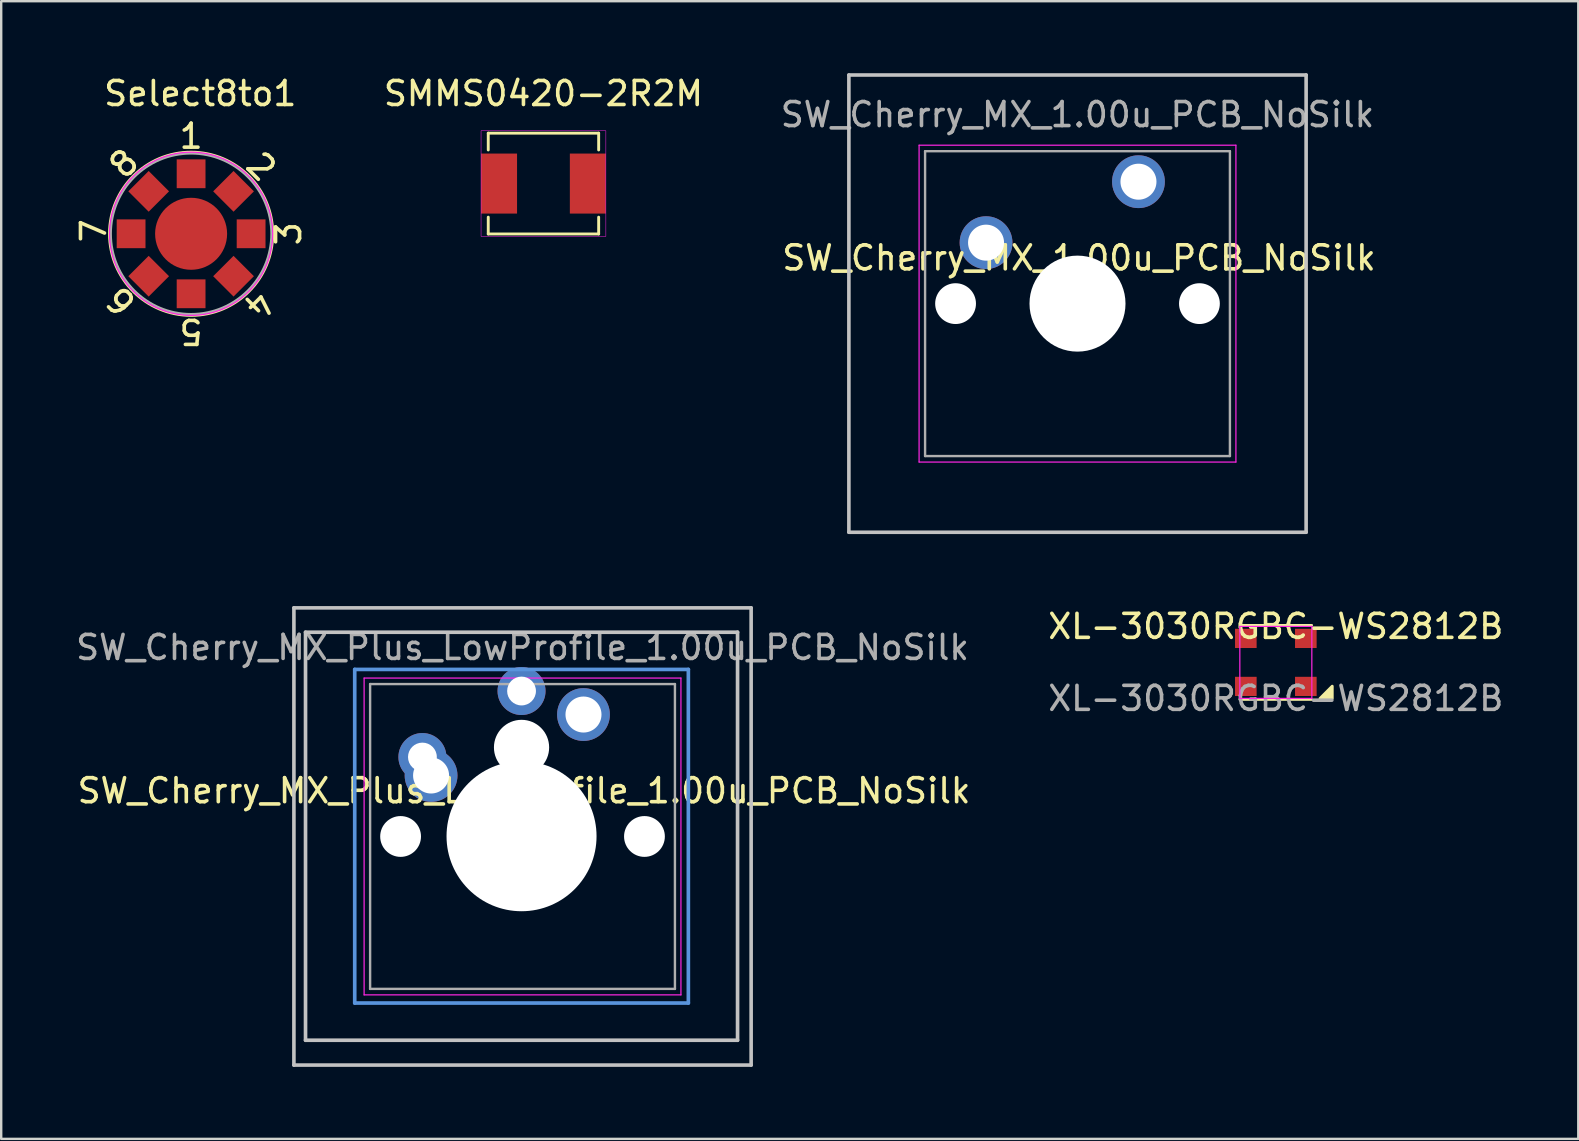
<source format=kicad_pcb>
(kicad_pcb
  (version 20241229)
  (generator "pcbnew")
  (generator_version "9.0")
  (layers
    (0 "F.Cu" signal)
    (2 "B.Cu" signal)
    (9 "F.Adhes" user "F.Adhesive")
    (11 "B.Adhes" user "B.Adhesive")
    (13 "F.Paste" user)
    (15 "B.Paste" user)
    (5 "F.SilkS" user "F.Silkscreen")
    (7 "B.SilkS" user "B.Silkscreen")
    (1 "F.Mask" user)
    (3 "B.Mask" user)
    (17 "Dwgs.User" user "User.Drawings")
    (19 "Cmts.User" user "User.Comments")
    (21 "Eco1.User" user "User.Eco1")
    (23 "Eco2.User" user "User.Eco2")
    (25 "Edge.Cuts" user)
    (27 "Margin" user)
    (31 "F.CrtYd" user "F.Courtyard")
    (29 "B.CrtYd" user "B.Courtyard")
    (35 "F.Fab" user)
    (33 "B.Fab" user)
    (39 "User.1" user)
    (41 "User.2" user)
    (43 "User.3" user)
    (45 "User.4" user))
  (footprint "Select8to1"
    (layer "F.Cu")
    (at 4.912 6.69)
    (property "Reference" "Select8to1" (at 0.381 -5.842 0) (layer "F.SilkS") (effects (font (size 1 1) (thickness 0.15))))
    (attr through_hole)
    (fp_circle (center 0 0) (end 3.4 0) (stroke (width 0.12) (type solid)) (fill no) (layer "F.SilkS"))
    (fp_circle (center 0 0) (end 3.4 0) (stroke (width 0.05) (type solid)) (fill no) (layer "F.CrtYd"))
    (fp_circle (center 0 0) (end 3.35 0) (stroke (width 0.1) (type solid)) (fill no) (layer "F.Fab"))
    (fp_text user "1" (at 0 -4.064 0) (layer "F.SilkS") (effects (font (size 1 1) (thickness 0.15))))
    (fp_text user "2" (at 2.921 -2.794 315) (layer "F.SilkS") (effects (font (size 1 1) (thickness 0.15))))
    (fp_text user "6" (at -2.921 2.794 135) (unlocked yes) (layer "F.SilkS") (effects (font (size 1 1) (thickness 0.15))))
    (fp_text user "5" (at 0 4.064 180) (unlocked yes) (layer "F.SilkS") (effects (font (size 1 1) (thickness 0.15))))
    (fp_text user "3" (at 4.064 0 270) (layer "F.SilkS") (effects (font (size 1 1) (thickness 0.15))))
    (fp_text user "4" (at 2.794 2.921 225) (unlocked yes) (layer "F.SilkS") (effects (font (size 1 1) (thickness 0.15))))
    (fp_text user "7" (at -4.064 -0.127 90) (layer "F.SilkS") (effects (font (size 1 1) (thickness 0.15))))
    (fp_text user "8" (at -2.794 -2.921 225) (layer "F.SilkS") (effects (font (size 1 1) (thickness 0.15))))
    (pad "1" smd rect (at 0 -2.5) (size 1.2 1.2) (layers "F.Cu" "F.Mask" "F.Paste"))
    (pad "2" smd rect (at 1.768 -1.768 315) (size 1.2 1.2) (layers "F.Cu" "F.Mask" "F.Paste"))
    (pad "3" smd rect (at 2.5 0 270) (size 1.2 1.2) (layers "F.Cu" "F.Mask" "F.Paste"))
    (pad "4" smd rect (at 1.768 1.768 225) (size 1.2 1.2) (layers "F.Cu" "F.Mask" "F.Paste"))
    (pad "5" smd rect (at 0 2.5 180) (size 1.2 1.2) (layers "F.Cu" "F.Mask" "F.Paste"))
    (pad "6" smd rect (at -1.768 1.768 135) (size 1.2 1.2) (layers "F.Cu" "F.Mask" "F.Paste"))
    (pad "7" smd rect (at -2.5 0 90) (size 1.2 1.2) (layers "F.Cu" "F.Mask" "F.Paste"))
    (pad "8" smd rect (at -1.768 -1.768 45) (size 1.2 1.2) (layers "F.Cu" "F.Mask" "F.Paste"))
    (pad "9" smd circle (at 0 0) (size 3 3) (layers "F.Cu" "F.Mask" "F.Paste")))
  (footprint "SW_Cherry_MX_1.00u_PCB_NoSilk"
    (layer "F.Cu")
    (at 44.382 4.52)
    (property "Reference" "SW_Cherry_MX_1.00u_PCB_NoSilk" (at -2.477 3.175 0) (layer "F.SilkS") (effects (font (size 1 1) (thickness 0.15))))
    (attr through_hole)
    (fp_line (start -12.065 -4.445) (end 6.985 -4.445) (stroke (width 0.15) (type solid)) (layer "Dwgs.User"))
    (fp_line (start -12.065 14.605) (end -12.065 -4.445) (stroke (width 0.15) (type solid)) (layer "Dwgs.User"))
    (fp_line (start 6.985 -4.445) (end 6.985 14.605) (stroke (width 0.15) (type solid)) (layer "Dwgs.User"))
    (fp_line (start 6.985 14.605) (end -12.065 14.605) (stroke (width 0.15) (type solid)) (layer "Dwgs.User"))
    (fp_line (start -9.14 -1.52) (end 4.06 -1.52) (stroke (width 0.05) (type solid)) (layer "F.CrtYd"))
    (fp_line (start -9.14 11.68) (end -9.14 -1.52) (stroke (width 0.05) (type solid)) (layer "F.CrtYd"))
    (fp_line (start 4.06 -1.52) (end 4.06 11.68) (stroke (width 0.05) (type solid)) (layer "F.CrtYd"))
    (fp_line (start 4.06 11.68) (end -9.14 11.68) (stroke (width 0.05) (type solid)) (layer "F.CrtYd"))
    (fp_line (start -8.89 -1.27) (end 3.81 -1.27) (stroke (width 0.1) (type solid)) (layer "F.Fab"))
    (fp_line (start -8.89 11.43) (end -8.89 -1.27) (stroke (width 0.1) (type solid)) (layer "F.Fab"))
    (fp_line (start 3.81 -1.27) (end 3.81 11.43) (stroke (width 0.1) (type solid)) (layer "F.Fab"))
    (fp_line (start 3.81 11.43) (end -8.89 11.43) (stroke (width 0.1) (type solid)) (layer "F.Fab"))
    (fp_text user "${REFERENCE}" (at -2.54 -2.794 0) (layer "F.Fab") (effects (font (size 1 1) (thickness 0.15))))
    (pad "" np_thru_hole circle (at -7.62 5.08) (size 1.7 1.7) (drill 1.7) (layers "*.Cu" "*.Mask"))
    (pad "" np_thru_hole circle (at -2.54 5.08) (size 4 4) (drill 4) (layers "*.Cu" "*.Mask"))
    (pad "" np_thru_hole circle (at 2.54 5.08) (size 1.7 1.7) (drill 1.7) (layers "*.Cu" "*.Mask"))
    (pad "1" thru_hole circle (at 0 0) (size 2.2 2.2) (drill 1.5) (layers "*.Cu" "*.Mask"))
    (pad "2" thru_hole circle (at -6.35 2.54) (size 2.2 2.2) (drill 1.5) (layers "*.Cu" "*.Mask")))
  (footprint "SW_Cherry_MX_Plus_LowProfile_1.00u_PCB_NoSilk"
    (layer "F.Cu")
    (at 21.26 26.72)
    (property "Reference" "SW_Cherry_MX_Plus_LowProfile_1.00u_PCB_NoSilk" (at -2.477 3.175 0) (layer "F.SilkS") (effects (font (size 1 1) (thickness 0.15))))
    (attr through_hole)
    (fp_line (start -12.065 -4.445) (end 6.985 -4.445) (stroke (width 0.15) (type solid)) (layer "Dwgs.User"))
    (fp_line (start -12.065 14.605) (end -12.065 -4.445) (stroke (width 0.15) (type solid)) (layer "Dwgs.User"))
    (fp_line (start -11.581 -3.43) (end 6.419 -3.43) (stroke (width 0.152) (type solid)) (layer "Dwgs.User"))
    (fp_line (start -11.581 13.57) (end -11.581 -3.43) (stroke (width 0.152) (type solid)) (layer "Dwgs.User"))
    (fp_line (start 6.419 -3.43) (end 6.419 13.57) (stroke (width 0.152) (type solid)) (layer "Dwgs.User"))
    (fp_line (start 6.419 13.57) (end -11.581 13.57) (stroke (width 0.152) (type solid)) (layer "Dwgs.User"))
    (fp_line (start 6.985 -4.445) (end 6.985 14.605) (stroke (width 0.15) (type solid)) (layer "Dwgs.User"))
    (fp_line (start 6.985 14.605) (end -12.065 14.605) (stroke (width 0.15) (type solid)) (layer "Dwgs.User"))
    (fp_line (start -9.531 -1.88) (end 4.369 -1.88) (stroke (width 0.152) (type solid)) (layer "Cmts.User"))
    (fp_line (start -9.531 12.02) (end -9.531 -1.88) (stroke (width 0.152) (type solid)) (layer "Cmts.User"))
    (fp_line (start 4.369 -1.88) (end 4.369 12.02) (stroke (width 0.152) (type solid)) (layer "Cmts.User"))
    (fp_line (start 4.369 12.02) (end -9.531 12.02) (stroke (width 0.152) (type solid)) (layer "Cmts.User"))
    (fp_line (start -10.081 -2.43) (end 4.919 -2.43) (stroke (width 0.152) (type solid)) (layer "Eco2.User"))
    (fp_line (start -10.081 12.57) (end -10.081 -2.43) (stroke (width 0.152) (type solid)) (layer "Eco2.User"))
    (fp_line (start 4.919 -2.43) (end 4.919 12.57) (stroke (width 0.152) (type solid)) (layer "Eco2.User"))
    (fp_line (start 4.919 12.57) (end -10.081 12.57) (stroke (width 0.152) (type solid)) (layer "Eco2.User"))
    (fp_line (start -9.14 -1.52) (end 4.06 -1.52) (stroke (width 0.05) (type solid)) (layer "F.CrtYd"))
    (fp_line (start -9.14 11.68) (end -9.14 -1.52) (stroke (width 0.05) (type solid)) (layer "F.CrtYd"))
    (fp_line (start 4.06 -1.52) (end 4.06 11.68) (stroke (width 0.05) (type solid)) (layer "F.CrtYd"))
    (fp_line (start 4.06 11.68) (end -9.14 11.68) (stroke (width 0.05) (type solid)) (layer "F.CrtYd"))
    (fp_line (start -8.89 -1.27) (end 3.81 -1.27) (stroke (width 0.1) (type solid)) (layer "F.Fab"))
    (fp_line (start -8.89 11.43) (end -8.89 -1.27) (stroke (width 0.1) (type solid)) (layer "F.Fab"))
    (fp_line (start 3.81 -1.27) (end 3.81 11.43) (stroke (width 0.1) (type solid)) (layer "F.Fab"))
    (fp_line (start 3.81 11.43) (end -8.89 11.43) (stroke (width 0.1) (type solid)) (layer "F.Fab"))
    (fp_text user "${REFERENCE}" (at -2.54 -2.794 0) (layer "F.Fab") (effects (font (size 1 1) (thickness 0.15))))
    (pad "" np_thru_hole circle (at -7.62 5.08) (size 1.7 1.7) (drill 1.7) (layers "*.Cu" "*.Mask"))
    (pad "" np_thru_hole circle (at -2.581 1.37) (size 2.3 2.3) (drill 2.3) (layers "*.Cu" "*.Mask"))
    (pad "" np_thru_hole circle (at -2.581 5.07) (size 6.25 6.25) (drill 6.25) (layers "*.Cu" "*.Mask"))
    (pad "" np_thru_hole circle (at -2.54 5.08) (size 4 4) (drill 4) (layers "*.Cu" "*.Mask"))
    (pad "" np_thru_hole circle (at 2.54 5.08) (size 1.7 1.7) (drill 1.7) (layers "*.Cu" "*.Mask"))
    (pad "1" thru_hole circle (at -2.581 -0.98) (size 2 2) (drill 1.2) (layers "*.Cu" "*.Mask"))
    (pad "1" thru_hole circle (at 0 0) (size 2.2 2.2) (drill 1.5) (layers "*.Cu" "*.Mask"))
    (pad "2" thru_hole circle (at -6.711 1.77 221.9) (size 2 2) (drill 1.2) (layers "*.Cu" "*.Mask"))
    (pad "2" thru_hole circle (at -6.35 2.54) (size 2.2 2.2) (drill 1.5) (layers "*.Cu" "*.Mask")))
  (footprint "SMMS0420-2R2M"
    (layer "F.Cu")
    (at 19.592 4.598)
    (property "Reference" "SMMS0420-2R2M" (at 0 -3.75 0) (layer "F.SilkS") (effects (font (size 1 1) (thickness 0.15))))
    (attr through_hole)
    (fp_line (start -2.3 -2.1) (end -2.3 -1.4) (stroke (width 0.12) (type solid)) (layer "F.SilkS"))
    (fp_line (start -2.3 1.4) (end -2.3 2.1) (stroke (width 0.12) (type solid)) (layer "F.SilkS"))
    (fp_line (start 2.3 -2.1) (end -2.3 -2.1) (stroke (width 0.12) (type solid)) (layer "F.SilkS"))
    (fp_line (start 2.3 -2.1) (end 2.3 -1.4) (stroke (width 0.12) (type solid)) (layer "F.SilkS"))
    (fp_line (start 2.3 1.4) (end 2.3 2.1) (stroke (width 0.12) (type solid)) (layer "F.SilkS"))
    (fp_line (start 2.3 2.1) (end -2.3 2.1) (stroke (width 0.12) (type solid)) (layer "F.SilkS"))
    (fp_rect (start 2.6 2.2) (end -2.6 -2.2) (stroke (width 0.02) (type solid)) (fill no) (layer "F.CrtYd"))
    (pad "1" smd rect (at -1.85 0 270) (size 2.5 1.5) (layers "F.Cu" "F.Mask" "F.Paste"))
    (pad "2" smd rect (at 1.85 0 270) (size 2.5 1.5) (layers "F.Cu" "F.Mask" "F.Paste")))
  (footprint "XL-3030RGBC-WS2812B"
    (layer "F.Cu")
    (at 50.105 24.548)
    (property "Reference" "XL-3030RGBC-WS2812B" (at 0 -1.5 0) (unlocked yes) (layer "F.SilkS") (effects (font (size 1 1) (thickness 0.15))))
    (attr smd)
    (fp_line (start -1.5 -1.55) (end 1.5 -1.55) (stroke (width 0.1) (type solid)) (layer "F.SilkS"))
    (fp_line (start 1.5 1.55) (end -1.5 1.55) (stroke (width 0.1) (type solid)) (layer "F.SilkS"))
    (fp_poly (pts (xy 2.35 1.5) (xy 1.842 1.5) (xy 2.35 0.992)) (stroke (width 0.12) (type solid)) (fill yes) (layer "F.SilkS"))
    (fp_line (start -1.5 1.5) (end -1.5 -1.5) (stroke (width 0.05) (type solid)) (layer "F.CrtYd"))
    (fp_line (start -1.5 1.5) (end 1.5 1.5) (stroke (width 0.05) (type solid)) (layer "F.CrtYd"))
    (fp_line (start 1.5 -1.5) (end -1.5 -1.5) (stroke (width 0.05) (type solid)) (layer "F.CrtYd"))
    (fp_line (start 1.5 1.5) (end 1.5 -1.5) (stroke (width 0.05) (type solid)) (layer "F.CrtYd"))
    (fp_text user "${REFERENCE}" (at 0 1.5 0) (unlocked yes) (layer "F.Fab") (effects (font (size 1 1) (thickness 0.15))))
    (pad "1" smd rect (at -1.25 -1) (size 0.9 0.8) (layers "F.Cu" "F.Mask" "F.Paste"))
    (pad "2" smd rect (at -1.25 1) (size 0.9 0.8) (layers "F.Cu" "F.Mask" "F.Paste"))
    (pad "3" smd rect (at 1.25 1) (size 0.9 0.8) (layers "F.Cu" "F.Mask" "F.Paste"))
    (pad "4" smd rect (at 1.25 -1) (size 0.9 0.8) (layers "F.Cu" "F.Mask" "F.Paste")))
  (gr_rect
    (start -3 -3)
    (end 62.706 44.4)
    (stroke (width 0.1) (type default))
    (fill no)
    (layer "Edge.Cuts")))
</source>
